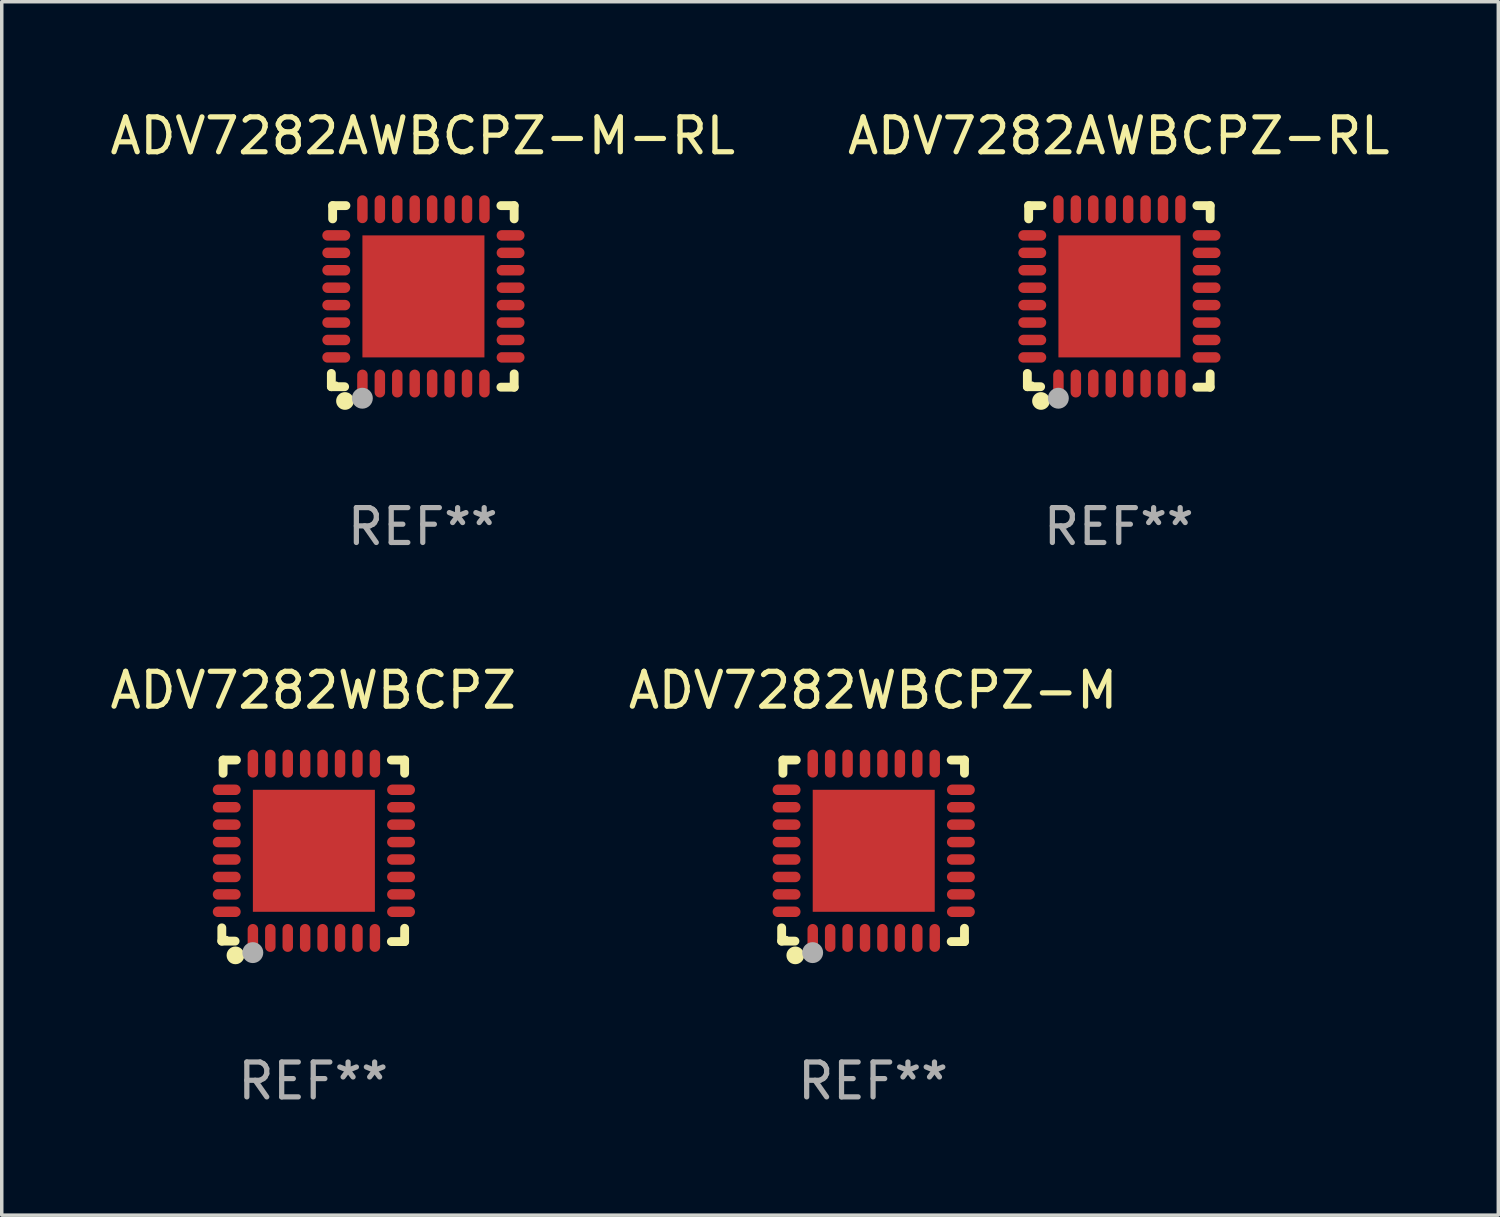
<source format=kicad_pcb>
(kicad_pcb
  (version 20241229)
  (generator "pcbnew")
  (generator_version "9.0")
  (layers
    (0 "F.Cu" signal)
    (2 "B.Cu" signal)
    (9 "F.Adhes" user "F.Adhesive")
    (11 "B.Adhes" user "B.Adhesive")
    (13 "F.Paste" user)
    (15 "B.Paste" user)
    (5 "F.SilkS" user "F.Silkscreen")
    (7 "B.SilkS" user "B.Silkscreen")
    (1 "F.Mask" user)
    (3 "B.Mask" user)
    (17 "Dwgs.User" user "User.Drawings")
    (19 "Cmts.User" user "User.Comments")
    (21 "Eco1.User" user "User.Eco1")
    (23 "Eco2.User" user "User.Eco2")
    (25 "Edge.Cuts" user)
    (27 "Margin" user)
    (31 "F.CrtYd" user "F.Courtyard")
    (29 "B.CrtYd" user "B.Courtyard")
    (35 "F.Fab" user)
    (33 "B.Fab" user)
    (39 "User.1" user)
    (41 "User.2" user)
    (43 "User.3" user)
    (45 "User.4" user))
  (footprint "ADV7282WBCPZ-M"
    (layer "F.Cu")
    (at 21.994 21.355)
    (property "Reference" "ADV7282WBCPZ-M" (at 0 -4.604 0) (layer "F.SilkS") (effects (font (size 1 1) (thickness 0.15))))
    (attr through_hole)
    (fp_line (start -2.622 2.21) (end -2.622 2.591) (stroke (width 0.254) (type solid)) (layer "F.SilkS"))
    (fp_line (start -2.622 2.591) (end -2.241 2.591) (stroke (width 0.254) (type solid)) (layer "F.SilkS"))
    (fp_line (start -2.585 -2.604) (end -2.585 -2.223) (stroke (width 0.254) (type solid)) (layer "F.SilkS"))
    (fp_line (start -2.204 -2.604) (end -2.585 -2.604) (stroke (width 0.254) (type solid)) (layer "F.SilkS"))
    (fp_line (start 2.241 2.604) (end 2.622 2.604) (stroke (width 0.254) (type solid)) (layer "F.SilkS"))
    (fp_line (start 2.622 -2.604) (end 2.241 -2.604) (stroke (width 0.254) (type solid)) (layer "F.SilkS"))
    (fp_line (start 2.622 -2.223) (end 2.622 -2.604) (stroke (width 0.254) (type solid)) (layer "F.SilkS"))
    (fp_line (start 2.622 2.604) (end 2.622 2.223) (stroke (width 0.254) (type solid)) (layer "F.SilkS"))
    (fp_circle (center -2.481 2.5) (end -2.451 2.5) (stroke (width 0.06) (type solid)) (fill no) (layer "F.SilkS"))
    (fp_circle (center -2.231 3) (end -2.104 3) (stroke (width 0.254) (type solid)) (fill no) (layer "F.SilkS"))
    (fp_circle (center -1.733 2.921) (end -1.583 2.921) (stroke (width 0.3) (type solid)) (fill no) (layer "F.Fab"))
    (fp_text user "REF**" (at 0 6.604 0) (layer "F.Fab") (effects (font (size 1 1) (thickness 0.15))))
    (pad "1" smd oval (at -1.731 2.5 90) (size 0.8 0.3) (layers "F.Cu" "F.Mask" "F.Paste"))
    (pad "2" smd oval (at -1.231 2.5 90) (size 0.8 0.3) (layers "F.Cu" "F.Mask" "F.Paste"))
    (pad "3" smd oval (at -0.731 2.5 90) (size 0.8 0.3) (layers "F.Cu" "F.Mask" "F.Paste"))
    (pad "4" smd oval (at -0.231 2.5 90) (size 0.8 0.3) (layers "F.Cu" "F.Mask" "F.Paste"))
    (pad "5" smd oval (at 0.269 2.5 90) (size 0.8 0.3) (layers "F.Cu" "F.Mask" "F.Paste"))
    (pad "6" smd oval (at 0.769 2.5 90) (size 0.8 0.3) (layers "F.Cu" "F.Mask" "F.Paste"))
    (pad "7" smd oval (at 1.269 2.5 90) (size 0.8 0.3) (layers "F.Cu" "F.Mask" "F.Paste"))
    (pad "8" smd oval (at 1.769 2.5 90) (size 0.8 0.3) (layers "F.Cu" "F.Mask" "F.Paste"))
    (pad "9" smd oval (at 2.519 1.75 180) (size 0.8 0.3) (layers "F.Cu" "F.Mask" "F.Paste"))
    (pad "10" smd oval (at 2.519 1.25 180) (size 0.8 0.3) (layers "F.Cu" "F.Mask" "F.Paste"))
    (pad "11" smd oval (at 2.519 0.75 180) (size 0.8 0.3) (layers "F.Cu" "F.Mask" "F.Paste"))
    (pad "12" smd oval (at 2.519 0.25 180) (size 0.8 0.3) (layers "F.Cu" "F.Mask" "F.Paste"))
    (pad "13" smd oval (at 2.519 -0.25 180) (size 0.8 0.3) (layers "F.Cu" "F.Mask" "F.Paste"))
    (pad "14" smd oval (at 2.519 -0.75 180) (size 0.8 0.3) (layers "F.Cu" "F.Mask" "F.Paste"))
    (pad "15" smd oval (at 2.519 -1.25 180) (size 0.8 0.3) (layers "F.Cu" "F.Mask" "F.Paste"))
    (pad "16" smd oval (at 2.519 -1.75 180) (size 0.8 0.3) (layers "F.Cu" "F.Mask" "F.Paste"))
    (pad "17" smd oval (at 1.769 -2.5 270) (size 0.8 0.3) (layers "F.Cu" "F.Mask" "F.Paste"))
    (pad "18" smd oval (at 1.269 -2.5 270) (size 0.8 0.3) (layers "F.Cu" "F.Mask" "F.Paste"))
    (pad "19" smd oval (at 0.769 -2.5 270) (size 0.8 0.3) (layers "F.Cu" "F.Mask" "F.Paste"))
    (pad "20" smd oval (at 0.269 -2.5 270) (size 0.8 0.3) (layers "F.Cu" "F.Mask" "F.Paste"))
    (pad "21" smd oval (at -0.231 -2.5 270) (size 0.8 0.3) (layers "F.Cu" "F.Mask" "F.Paste"))
    (pad "22" smd oval (at -0.731 -2.5 270) (size 0.8 0.3) (layers "F.Cu" "F.Mask" "F.Paste"))
    (pad "23" smd oval (at -1.231 -2.5 270) (size 0.8 0.3) (layers "F.Cu" "F.Mask" "F.Paste"))
    (pad "24" smd oval (at -1.731 -2.5 270) (size 0.8 0.3) (layers "F.Cu" "F.Mask" "F.Paste"))
    (pad "25" smd oval (at -2.481 -1.75) (size 0.8 0.3) (layers "F.Cu" "F.Mask" "F.Paste"))
    (pad "26" smd oval (at -2.481 -1.25) (size 0.8 0.3) (layers "F.Cu" "F.Mask" "F.Paste"))
    (pad "27" smd oval (at -2.481 -0.75) (size 0.8 0.3) (layers "F.Cu" "F.Mask" "F.Paste"))
    (pad "28" smd oval (at -2.481 -0.25) (size 0.8 0.3) (layers "F.Cu" "F.Mask" "F.Paste"))
    (pad "29" smd oval (at -2.481 0.25) (size 0.8 0.3) (layers "F.Cu" "F.Mask" "F.Paste"))
    (pad "30" smd oval (at -2.481 0.75) (size 0.8 0.3) (layers "F.Cu" "F.Mask" "F.Paste"))
    (pad "31" smd oval (at -2.481 1.25) (size 0.8 0.3) (layers "F.Cu" "F.Mask" "F.Paste"))
    (pad "32" smd oval (at -2.481 1.75) (size 0.8 0.3) (layers "F.Cu" "F.Mask" "F.Paste"))
    (pad "33" smd rect (at 0.019 -0.000025 90) (size 3.5 3.5) (layers "F.Cu" "F.Mask" "F.Paste")))
  (footprint "ADV7282AWBCPZ-M-RL"
    (layer "F.Cu")
    (at 9.077 5.452)
    (property "Reference" "ADV7282AWBCPZ-M-RL" (at 0 -4.604 0) (layer "F.SilkS") (effects (font (size 1 1) (thickness 0.15))))
    (attr through_hole)
    (fp_line (start -2.622 2.21) (end -2.622 2.591) (stroke (width 0.254) (type solid)) (layer "F.SilkS"))
    (fp_line (start -2.622 2.591) (end -2.241 2.591) (stroke (width 0.254) (type solid)) (layer "F.SilkS"))
    (fp_line (start -2.585 -2.604) (end -2.585 -2.223) (stroke (width 0.254) (type solid)) (layer "F.SilkS"))
    (fp_line (start -2.204 -2.604) (end -2.585 -2.604) (stroke (width 0.254) (type solid)) (layer "F.SilkS"))
    (fp_line (start 2.241 2.604) (end 2.622 2.604) (stroke (width 0.254) (type solid)) (layer "F.SilkS"))
    (fp_line (start 2.622 -2.604) (end 2.241 -2.604) (stroke (width 0.254) (type solid)) (layer "F.SilkS"))
    (fp_line (start 2.622 -2.223) (end 2.622 -2.604) (stroke (width 0.254) (type solid)) (layer "F.SilkS"))
    (fp_line (start 2.622 2.604) (end 2.622 2.223) (stroke (width 0.254) (type solid)) (layer "F.SilkS"))
    (fp_circle (center -2.481 2.5) (end -2.451 2.5) (stroke (width 0.06) (type solid)) (fill no) (layer "F.SilkS"))
    (fp_circle (center -2.231 3) (end -2.104 3) (stroke (width 0.254) (type solid)) (fill no) (layer "F.SilkS"))
    (fp_circle (center -1.733 2.921) (end -1.583 2.921) (stroke (width 0.3) (type solid)) (fill no) (layer "F.Fab"))
    (fp_text user "REF**" (at 0 6.604 0) (layer "F.Fab") (effects (font (size 1 1) (thickness 0.15))))
    (pad "1" smd oval (at -1.731 2.5 90) (size 0.8 0.3) (layers "F.Cu" "F.Mask" "F.Paste"))
    (pad "2" smd oval (at -1.231 2.5 90) (size 0.8 0.3) (layers "F.Cu" "F.Mask" "F.Paste"))
    (pad "3" smd oval (at -0.731 2.5 90) (size 0.8 0.3) (layers "F.Cu" "F.Mask" "F.Paste"))
    (pad "4" smd oval (at -0.231 2.5 90) (size 0.8 0.3) (layers "F.Cu" "F.Mask" "F.Paste"))
    (pad "5" smd oval (at 0.269 2.5 90) (size 0.8 0.3) (layers "F.Cu" "F.Mask" "F.Paste"))
    (pad "6" smd oval (at 0.769 2.5 90) (size 0.8 0.3) (layers "F.Cu" "F.Mask" "F.Paste"))
    (pad "7" smd oval (at 1.269 2.5 90) (size 0.8 0.3) (layers "F.Cu" "F.Mask" "F.Paste"))
    (pad "8" smd oval (at 1.769 2.5 90) (size 0.8 0.3) (layers "F.Cu" "F.Mask" "F.Paste"))
    (pad "9" smd oval (at 2.519 1.75 180) (size 0.8 0.3) (layers "F.Cu" "F.Mask" "F.Paste"))
    (pad "10" smd oval (at 2.519 1.25 180) (size 0.8 0.3) (layers "F.Cu" "F.Mask" "F.Paste"))
    (pad "11" smd oval (at 2.519 0.75 180) (size 0.8 0.3) (layers "F.Cu" "F.Mask" "F.Paste"))
    (pad "12" smd oval (at 2.519 0.25 180) (size 0.8 0.3) (layers "F.Cu" "F.Mask" "F.Paste"))
    (pad "13" smd oval (at 2.519 -0.25 180) (size 0.8 0.3) (layers "F.Cu" "F.Mask" "F.Paste"))
    (pad "14" smd oval (at 2.519 -0.75 180) (size 0.8 0.3) (layers "F.Cu" "F.Mask" "F.Paste"))
    (pad "15" smd oval (at 2.519 -1.25 180) (size 0.8 0.3) (layers "F.Cu" "F.Mask" "F.Paste"))
    (pad "16" smd oval (at 2.519 -1.75 180) (size 0.8 0.3) (layers "F.Cu" "F.Mask" "F.Paste"))
    (pad "17" smd oval (at 1.769 -2.5 270) (size 0.8 0.3) (layers "F.Cu" "F.Mask" "F.Paste"))
    (pad "18" smd oval (at 1.269 -2.5 270) (size 0.8 0.3) (layers "F.Cu" "F.Mask" "F.Paste"))
    (pad "19" smd oval (at 0.769 -2.5 270) (size 0.8 0.3) (layers "F.Cu" "F.Mask" "F.Paste"))
    (pad "20" smd oval (at 0.269 -2.5 270) (size 0.8 0.3) (layers "F.Cu" "F.Mask" "F.Paste"))
    (pad "21" smd oval (at -0.231 -2.5 270) (size 0.8 0.3) (layers "F.Cu" "F.Mask" "F.Paste"))
    (pad "22" smd oval (at -0.731 -2.5 270) (size 0.8 0.3) (layers "F.Cu" "F.Mask" "F.Paste"))
    (pad "23" smd oval (at -1.231 -2.5 270) (size 0.8 0.3) (layers "F.Cu" "F.Mask" "F.Paste"))
    (pad "24" smd oval (at -1.731 -2.5 270) (size 0.8 0.3) (layers "F.Cu" "F.Mask" "F.Paste"))
    (pad "25" smd oval (at -2.481 -1.75) (size 0.8 0.3) (layers "F.Cu" "F.Mask" "F.Paste"))
    (pad "26" smd oval (at -2.481 -1.25) (size 0.8 0.3) (layers "F.Cu" "F.Mask" "F.Paste"))
    (pad "27" smd oval (at -2.481 -0.75) (size 0.8 0.3) (layers "F.Cu" "F.Mask" "F.Paste"))
    (pad "28" smd oval (at -2.481 -0.25) (size 0.8 0.3) (layers "F.Cu" "F.Mask" "F.Paste"))
    (pad "29" smd oval (at -2.481 0.25) (size 0.8 0.3) (layers "F.Cu" "F.Mask" "F.Paste"))
    (pad "30" smd oval (at -2.481 0.75) (size 0.8 0.3) (layers "F.Cu" "F.Mask" "F.Paste"))
    (pad "31" smd oval (at -2.481 1.25) (size 0.8 0.3) (layers "F.Cu" "F.Mask" "F.Paste"))
    (pad "32" smd oval (at -2.481 1.75) (size 0.8 0.3) (layers "F.Cu" "F.Mask" "F.Paste"))
    (pad "33" smd rect (at 0.019 -0.000025 90) (size 3.5 3.5) (layers "F.Cu" "F.Mask" "F.Paste")))
  (footprint "ADV7282WBCPZ"
    (layer "F.Cu")
    (at 5.935 21.355)
    (property "Reference" "ADV7282WBCPZ" (at 0 -4.604 0) (layer "F.SilkS") (effects (font (size 1 1) (thickness 0.15))))
    (attr through_hole)
    (fp_line (start -2.622 2.21) (end -2.622 2.591) (stroke (width 0.254) (type solid)) (layer "F.SilkS"))
    (fp_line (start -2.622 2.591) (end -2.241 2.591) (stroke (width 0.254) (type solid)) (layer "F.SilkS"))
    (fp_line (start -2.585 -2.604) (end -2.585 -2.223) (stroke (width 0.254) (type solid)) (layer "F.SilkS"))
    (fp_line (start -2.204 -2.604) (end -2.585 -2.604) (stroke (width 0.254) (type solid)) (layer "F.SilkS"))
    (fp_line (start 2.241 2.604) (end 2.622 2.604) (stroke (width 0.254) (type solid)) (layer "F.SilkS"))
    (fp_line (start 2.622 -2.604) (end 2.241 -2.604) (stroke (width 0.254) (type solid)) (layer "F.SilkS"))
    (fp_line (start 2.622 -2.223) (end 2.622 -2.604) (stroke (width 0.254) (type solid)) (layer "F.SilkS"))
    (fp_line (start 2.622 2.604) (end 2.622 2.223) (stroke (width 0.254) (type solid)) (layer "F.SilkS"))
    (fp_circle (center -2.481 2.5) (end -2.451 2.5) (stroke (width 0.06) (type solid)) (fill no) (layer "F.SilkS"))
    (fp_circle (center -2.231 3) (end -2.104 3) (stroke (width 0.254) (type solid)) (fill no) (layer "F.SilkS"))
    (fp_circle (center -1.733 2.921) (end -1.583 2.921) (stroke (width 0.3) (type solid)) (fill no) (layer "F.Fab"))
    (fp_text user "REF**" (at 0 6.604 0) (layer "F.Fab") (effects (font (size 1 1) (thickness 0.15))))
    (pad "1" smd oval (at -1.731 2.5 90) (size 0.8 0.3) (layers "F.Cu" "F.Mask" "F.Paste"))
    (pad "2" smd oval (at -1.231 2.5 90) (size 0.8 0.3) (layers "F.Cu" "F.Mask" "F.Paste"))
    (pad "3" smd oval (at -0.731 2.5 90) (size 0.8 0.3) (layers "F.Cu" "F.Mask" "F.Paste"))
    (pad "4" smd oval (at -0.231 2.5 90) (size 0.8 0.3) (layers "F.Cu" "F.Mask" "F.Paste"))
    (pad "5" smd oval (at 0.269 2.5 90) (size 0.8 0.3) (layers "F.Cu" "F.Mask" "F.Paste"))
    (pad "6" smd oval (at 0.769 2.5 90) (size 0.8 0.3) (layers "F.Cu" "F.Mask" "F.Paste"))
    (pad "7" smd oval (at 1.269 2.5 90) (size 0.8 0.3) (layers "F.Cu" "F.Mask" "F.Paste"))
    (pad "8" smd oval (at 1.769 2.5 90) (size 0.8 0.3) (layers "F.Cu" "F.Mask" "F.Paste"))
    (pad "9" smd oval (at 2.519 1.75 180) (size 0.8 0.3) (layers "F.Cu" "F.Mask" "F.Paste"))
    (pad "10" smd oval (at 2.519 1.25 180) (size 0.8 0.3) (layers "F.Cu" "F.Mask" "F.Paste"))
    (pad "11" smd oval (at 2.519 0.75 180) (size 0.8 0.3) (layers "F.Cu" "F.Mask" "F.Paste"))
    (pad "12" smd oval (at 2.519 0.25 180) (size 0.8 0.3) (layers "F.Cu" "F.Mask" "F.Paste"))
    (pad "13" smd oval (at 2.519 -0.25 180) (size 0.8 0.3) (layers "F.Cu" "F.Mask" "F.Paste"))
    (pad "14" smd oval (at 2.519 -0.75 180) (size 0.8 0.3) (layers "F.Cu" "F.Mask" "F.Paste"))
    (pad "15" smd oval (at 2.519 -1.25 180) (size 0.8 0.3) (layers "F.Cu" "F.Mask" "F.Paste"))
    (pad "16" smd oval (at 2.519 -1.75 180) (size 0.8 0.3) (layers "F.Cu" "F.Mask" "F.Paste"))
    (pad "17" smd oval (at 1.769 -2.5 270) (size 0.8 0.3) (layers "F.Cu" "F.Mask" "F.Paste"))
    (pad "18" smd oval (at 1.269 -2.5 270) (size 0.8 0.3) (layers "F.Cu" "F.Mask" "F.Paste"))
    (pad "19" smd oval (at 0.769 -2.5 270) (size 0.8 0.3) (layers "F.Cu" "F.Mask" "F.Paste"))
    (pad "20" smd oval (at 0.269 -2.5 270) (size 0.8 0.3) (layers "F.Cu" "F.Mask" "F.Paste"))
    (pad "21" smd oval (at -0.231 -2.5 270) (size 0.8 0.3) (layers "F.Cu" "F.Mask" "F.Paste"))
    (pad "22" smd oval (at -0.731 -2.5 270) (size 0.8 0.3) (layers "F.Cu" "F.Mask" "F.Paste"))
    (pad "23" smd oval (at -1.231 -2.5 270) (size 0.8 0.3) (layers "F.Cu" "F.Mask" "F.Paste"))
    (pad "24" smd oval (at -1.731 -2.5 270) (size 0.8 0.3) (layers "F.Cu" "F.Mask" "F.Paste"))
    (pad "25" smd oval (at -2.481 -1.75) (size 0.8 0.3) (layers "F.Cu" "F.Mask" "F.Paste"))
    (pad "26" smd oval (at -2.481 -1.25) (size 0.8 0.3) (layers "F.Cu" "F.Mask" "F.Paste"))
    (pad "27" smd oval (at -2.481 -0.75) (size 0.8 0.3) (layers "F.Cu" "F.Mask" "F.Paste"))
    (pad "28" smd oval (at -2.481 -0.25) (size 0.8 0.3) (layers "F.Cu" "F.Mask" "F.Paste"))
    (pad "29" smd oval (at -2.481 0.25) (size 0.8 0.3) (layers "F.Cu" "F.Mask" "F.Paste"))
    (pad "30" smd oval (at -2.481 0.75) (size 0.8 0.3) (layers "F.Cu" "F.Mask" "F.Paste"))
    (pad "31" smd oval (at -2.481 1.25) (size 0.8 0.3) (layers "F.Cu" "F.Mask" "F.Paste"))
    (pad "32" smd oval (at -2.481 1.75) (size 0.8 0.3) (layers "F.Cu" "F.Mask" "F.Paste"))
    (pad "33" smd rect (at 0.019 -0.000025 90) (size 3.5 3.5) (layers "F.Cu" "F.Mask" "F.Paste")))
  (footprint "ADV7282AWBCPZ-RL"
    (layer "F.Cu")
    (at 29.042 5.452)
    (property "Reference" "ADV7282AWBCPZ-RL" (at 0 -4.604 0) (layer "F.SilkS") (effects (font (size 1 1) (thickness 0.15))))
    (attr through_hole)
    (fp_line (start -2.622 2.21) (end -2.622 2.591) (stroke (width 0.254) (type solid)) (layer "F.SilkS"))
    (fp_line (start -2.622 2.591) (end -2.241 2.591) (stroke (width 0.254) (type solid)) (layer "F.SilkS"))
    (fp_line (start -2.585 -2.604) (end -2.585 -2.223) (stroke (width 0.254) (type solid)) (layer "F.SilkS"))
    (fp_line (start -2.204 -2.604) (end -2.585 -2.604) (stroke (width 0.254) (type solid)) (layer "F.SilkS"))
    (fp_line (start 2.241 2.604) (end 2.622 2.604) (stroke (width 0.254) (type solid)) (layer "F.SilkS"))
    (fp_line (start 2.622 -2.604) (end 2.241 -2.604) (stroke (width 0.254) (type solid)) (layer "F.SilkS"))
    (fp_line (start 2.622 -2.223) (end 2.622 -2.604) (stroke (width 0.254) (type solid)) (layer "F.SilkS"))
    (fp_line (start 2.622 2.604) (end 2.622 2.223) (stroke (width 0.254) (type solid)) (layer "F.SilkS"))
    (fp_circle (center -2.481 2.5) (end -2.451 2.5) (stroke (width 0.06) (type solid)) (fill no) (layer "F.SilkS"))
    (fp_circle (center -2.231 3) (end -2.104 3) (stroke (width 0.254) (type solid)) (fill no) (layer "F.SilkS"))
    (fp_circle (center -1.733 2.921) (end -1.583 2.921) (stroke (width 0.3) (type solid)) (fill no) (layer "F.Fab"))
    (fp_text user "REF**" (at 0 6.604 0) (layer "F.Fab") (effects (font (size 1 1) (thickness 0.15))))
    (pad "1" smd oval (at -1.731 2.5 90) (size 0.8 0.3) (layers "F.Cu" "F.Mask" "F.Paste"))
    (pad "2" smd oval (at -1.231 2.5 90) (size 0.8 0.3) (layers "F.Cu" "F.Mask" "F.Paste"))
    (pad "3" smd oval (at -0.731 2.5 90) (size 0.8 0.3) (layers "F.Cu" "F.Mask" "F.Paste"))
    (pad "4" smd oval (at -0.231 2.5 90) (size 0.8 0.3) (layers "F.Cu" "F.Mask" "F.Paste"))
    (pad "5" smd oval (at 0.269 2.5 90) (size 0.8 0.3) (layers "F.Cu" "F.Mask" "F.Paste"))
    (pad "6" smd oval (at 0.769 2.5 90) (size 0.8 0.3) (layers "F.Cu" "F.Mask" "F.Paste"))
    (pad "7" smd oval (at 1.269 2.5 90) (size 0.8 0.3) (layers "F.Cu" "F.Mask" "F.Paste"))
    (pad "8" smd oval (at 1.769 2.5 90) (size 0.8 0.3) (layers "F.Cu" "F.Mask" "F.Paste"))
    (pad "9" smd oval (at 2.519 1.75 180) (size 0.8 0.3) (layers "F.Cu" "F.Mask" "F.Paste"))
    (pad "10" smd oval (at 2.519 1.25 180) (size 0.8 0.3) (layers "F.Cu" "F.Mask" "F.Paste"))
    (pad "11" smd oval (at 2.519 0.75 180) (size 0.8 0.3) (layers "F.Cu" "F.Mask" "F.Paste"))
    (pad "12" smd oval (at 2.519 0.25 180) (size 0.8 0.3) (layers "F.Cu" "F.Mask" "F.Paste"))
    (pad "13" smd oval (at 2.519 -0.25 180) (size 0.8 0.3) (layers "F.Cu" "F.Mask" "F.Paste"))
    (pad "14" smd oval (at 2.519 -0.75 180) (size 0.8 0.3) (layers "F.Cu" "F.Mask" "F.Paste"))
    (pad "15" smd oval (at 2.519 -1.25 180) (size 0.8 0.3) (layers "F.Cu" "F.Mask" "F.Paste"))
    (pad "16" smd oval (at 2.519 -1.75 180) (size 0.8 0.3) (layers "F.Cu" "F.Mask" "F.Paste"))
    (pad "17" smd oval (at 1.769 -2.5 270) (size 0.8 0.3) (layers "F.Cu" "F.Mask" "F.Paste"))
    (pad "18" smd oval (at 1.269 -2.5 270) (size 0.8 0.3) (layers "F.Cu" "F.Mask" "F.Paste"))
    (pad "19" smd oval (at 0.769 -2.5 270) (size 0.8 0.3) (layers "F.Cu" "F.Mask" "F.Paste"))
    (pad "20" smd oval (at 0.269 -2.5 270) (size 0.8 0.3) (layers "F.Cu" "F.Mask" "F.Paste"))
    (pad "21" smd oval (at -0.231 -2.5 270) (size 0.8 0.3) (layers "F.Cu" "F.Mask" "F.Paste"))
    (pad "22" smd oval (at -0.731 -2.5 270) (size 0.8 0.3) (layers "F.Cu" "F.Mask" "F.Paste"))
    (pad "23" smd oval (at -1.231 -2.5 270) (size 0.8 0.3) (layers "F.Cu" "F.Mask" "F.Paste"))
    (pad "24" smd oval (at -1.731 -2.5 270) (size 0.8 0.3) (layers "F.Cu" "F.Mask" "F.Paste"))
    (pad "25" smd oval (at -2.481 -1.75) (size 0.8 0.3) (layers "F.Cu" "F.Mask" "F.Paste"))
    (pad "26" smd oval (at -2.481 -1.25) (size 0.8 0.3) (layers "F.Cu" "F.Mask" "F.Paste"))
    (pad "27" smd oval (at -2.481 -0.75) (size 0.8 0.3) (layers "F.Cu" "F.Mask" "F.Paste"))
    (pad "28" smd oval (at -2.481 -0.25) (size 0.8 0.3) (layers "F.Cu" "F.Mask" "F.Paste"))
    (pad "29" smd oval (at -2.481 0.25) (size 0.8 0.3) (layers "F.Cu" "F.Mask" "F.Paste"))
    (pad "30" smd oval (at -2.481 0.75) (size 0.8 0.3) (layers "F.Cu" "F.Mask" "F.Paste"))
    (pad "31" smd oval (at -2.481 1.25) (size 0.8 0.3) (layers "F.Cu" "F.Mask" "F.Paste"))
    (pad "32" smd oval (at -2.481 1.75) (size 0.8 0.3) (layers "F.Cu" "F.Mask" "F.Paste"))
    (pad "33" smd rect (at 0.019 -0.000025 90) (size 3.5 3.5) (layers "F.Cu" "F.Mask" "F.Paste")))
  (gr_rect
    (start -3 -3)
    (end 39.929 31.807)
    (stroke (width 0.1) (type default))
    (fill no)
    (layer "Edge.Cuts")))
</source>
